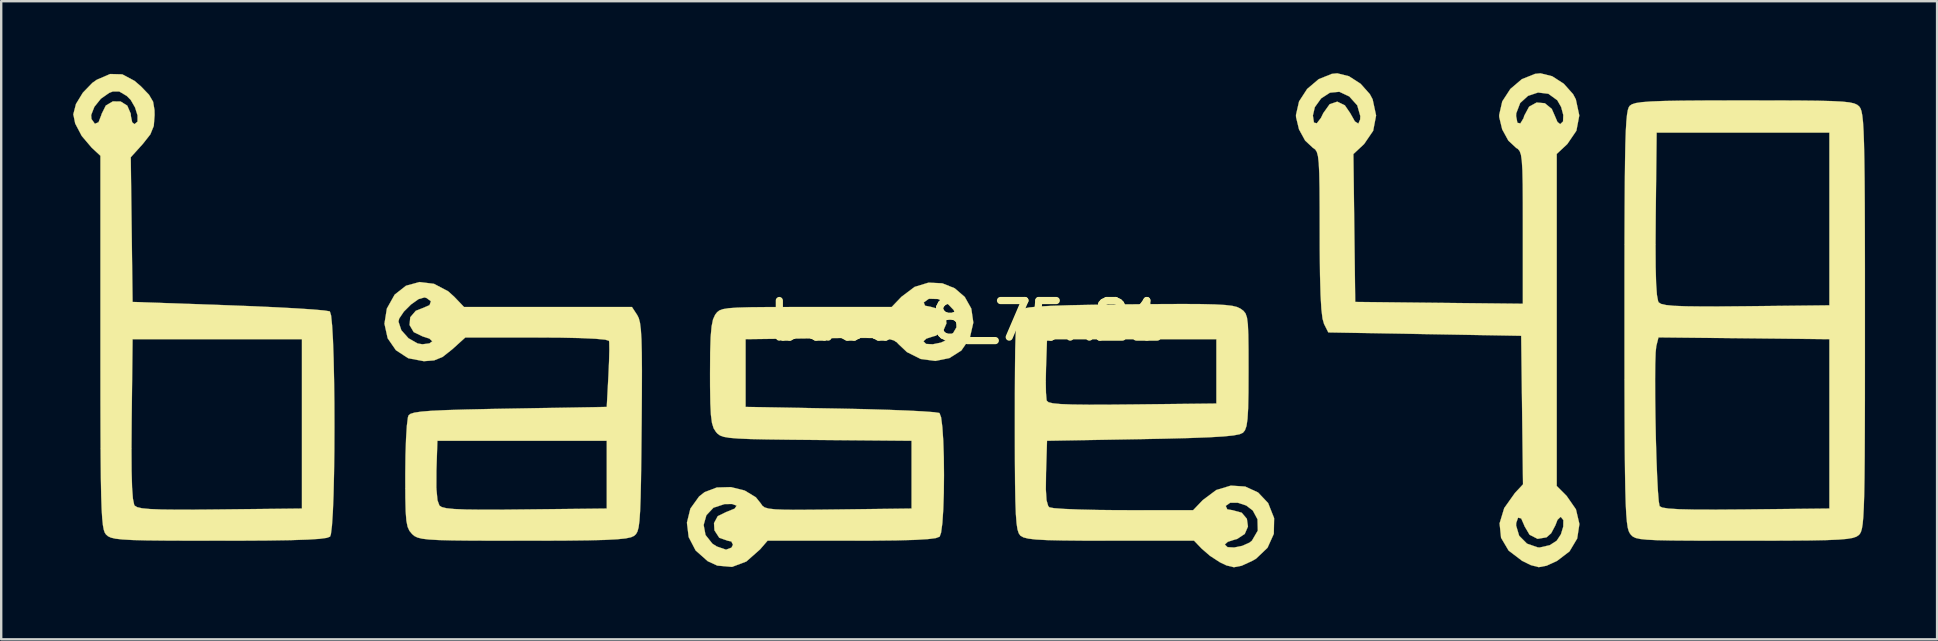
<source format=kicad_pcb>
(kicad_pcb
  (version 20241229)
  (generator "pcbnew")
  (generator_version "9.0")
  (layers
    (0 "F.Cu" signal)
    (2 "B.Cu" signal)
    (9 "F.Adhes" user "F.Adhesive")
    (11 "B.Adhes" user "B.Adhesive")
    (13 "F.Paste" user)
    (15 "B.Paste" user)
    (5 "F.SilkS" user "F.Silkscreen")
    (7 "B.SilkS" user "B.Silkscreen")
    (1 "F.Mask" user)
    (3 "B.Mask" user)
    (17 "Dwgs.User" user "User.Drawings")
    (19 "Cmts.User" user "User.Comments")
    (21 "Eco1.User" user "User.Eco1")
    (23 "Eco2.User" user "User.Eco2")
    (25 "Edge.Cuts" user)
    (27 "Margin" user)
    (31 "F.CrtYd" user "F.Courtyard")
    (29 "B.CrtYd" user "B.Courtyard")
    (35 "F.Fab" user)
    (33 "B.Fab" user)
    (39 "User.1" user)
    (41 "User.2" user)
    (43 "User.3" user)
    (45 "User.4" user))
  (footprint "base48_75x21"
    (layer "F.Cu")
    (at 37.258 10.306)
    (property "Reference" "base48_75x21" (at 0 0 0) (layer "F.SilkS") (effects (font (size 1.524 1.524) (thickness 0.3))))
    (attr through_hole)
    (fp_poly (pts (xy -35.213 -10.259) (xy -34.702 -9.987) (xy -34.437 -9.759) (xy -34.1 -9.409) (xy -33.929 -9.118) (xy -33.871 -8.771) (xy -33.867 -8.559) (xy -33.901 -8.109) (xy -34.043 -7.759) (xy -34.346 -7.373) (xy -34.363 -7.353) (xy -34.86 -6.803) (xy -34.822 -3.79) (xy -34.784 -0.776) (xy -30.762 -0.635) (xy -29.719 -0.595) (xy -28.764 -0.551) (xy -27.935 -0.506) (xy -27.269 -0.462) (xy -26.804 -0.421) (xy -26.577 -0.385) (xy -26.564 -0.38) (xy -26.513 -0.21) (xy -26.471 0.201) (xy -26.435 0.811) (xy -26.408 1.581) (xy -26.389 2.469) (xy -26.377 3.434) (xy -26.374 4.435) (xy -26.378 5.431) (xy -26.391 6.381) (xy -26.411 7.244) (xy -26.44 7.979) (xy -26.477 8.545) (xy -26.521 8.901) (xy -26.557 9.003) (xy -26.692 9.054) (xy -26.998 9.095) (xy -27.494 9.126) (xy -28.201 9.149) (xy -29.138 9.164) (xy -30.325 9.171) (xy -31.192 9.172) (xy -32.438 9.171) (xy -33.432 9.167) (xy -34.205 9.159) (xy -34.786 9.144) (xy -35.207 9.12) (xy -35.497 9.088) (xy -35.688 9.043) (xy -35.809 8.986) (xy -35.891 8.914) (xy -35.891 8.914) (xy -35.942 8.838) (xy -35.985 8.715) (xy -36.02 8.524) (xy -36.049 8.242) (xy -36.073 7.846) (xy -36.091 7.315) (xy -36.104 6.625) (xy -36.113 5.755) (xy -36.116 5.343) (xy -34.83 5.343) (xy -34.825 6.276) (xy -34.805 6.963) (xy -34.77 7.421) (xy -34.719 7.669) (xy -34.697 7.711) (xy -34.596 7.774) (xy -34.393 7.821) (xy -34.056 7.853) (xy -33.554 7.873) (xy -32.854 7.88) (xy -31.925 7.877) (xy -31.131 7.869) (xy -27.728 7.832) (xy -27.728 0.776) (xy -34.784 0.776) (xy -34.822 4.145) (xy -34.83 5.343) (xy -36.116 5.343) (xy -36.119 4.682) (xy -36.123 3.384) (xy -36.124 1.837) (xy -36.124 0.895) (xy -36.124 -6.865) (xy -36.491 -7.207) (xy -36.903 -7.692) (xy -37.175 -8.21) (xy -37.247 -8.564) (xy -36.51 -8.564) (xy -36.497 -8.397) (xy -36.354 -8.199) (xy -36.203 -8.263) (xy -36.083 -8.57) (xy -36.076 -8.604) (xy -35.9 -8.958) (xy -35.608 -9.131) (xy -35.282 -9.128) (xy -35.005 -8.955) (xy -34.86 -8.618) (xy -34.854 -8.52) (xy -34.801 -8.263) (xy -34.704 -8.184) (xy -34.578 -8.29) (xy -34.578 -8.55) (xy -34.681 -8.879) (xy -34.862 -9.193) (xy -35.027 -9.359) (xy -35.341 -9.545) (xy -35.606 -9.545) (xy -35.76 -9.485) (xy -36.106 -9.242) (xy -36.377 -8.904) (xy -36.51 -8.564) (xy -37.247 -8.564) (xy -37.253 -8.597) (xy -37.142 -9.026) (xy -36.856 -9.494) (xy -36.462 -9.902) (xy -36.276 -10.033) (xy -35.721 -10.272) (xy -35.213 -10.259)) (stroke (width 0.01) (type solid)) (fill yes) (layer "F.SilkS"))
    (fp_poly (pts (xy -22.226 -1.531) (xy -21.637 -1.221) (xy -21.382 -0.992) (xy -20.973 -0.564) (xy -13.977 -0.564) (xy -13.756 -0.227) (xy -13.693 -0.099) (xy -13.643 0.092) (xy -13.607 0.376) (xy -13.582 0.784) (xy -13.568 1.347) (xy -13.562 2.097) (xy -13.565 3.062) (xy -13.574 4.276) (xy -13.576 4.441) (xy -13.588 5.663) (xy -13.601 6.634) (xy -13.617 7.384) (xy -13.638 7.943) (xy -13.665 8.344) (xy -13.701 8.616) (xy -13.749 8.791) (xy -13.81 8.898) (xy -13.887 8.969) (xy -13.891 8.972) (xy -14.019 9.03) (xy -14.243 9.077) (xy -14.593 9.112) (xy -15.097 9.139) (xy -15.783 9.156) (xy -16.679 9.167) (xy -17.814 9.172) (xy -18.513 9.172) (xy -19.737 9.171) (xy -20.71 9.168) (xy -21.464 9.16) (xy -22.029 9.145) (xy -22.437 9.122) (xy -22.72 9.088) (xy -22.908 9.042) (xy -23.034 8.982) (xy -23.127 8.905) (xy -23.142 8.89) (xy -23.249 8.761) (xy -23.325 8.594) (xy -23.376 8.341) (xy -23.405 7.956) (xy -23.419 7.392) (xy -23.421 6.991) (xy -22.127 6.991) (xy -22.08 7.486) (xy -22 7.707) (xy -21.902 7.771) (xy -21.707 7.819) (xy -21.384 7.852) (xy -20.9 7.872) (xy -20.223 7.88) (xy -19.321 7.878) (xy -18.431 7.869) (xy -15.028 7.832) (xy -15.028 5.009) (xy -22.084 5.009) (xy -22.125 6.258) (xy -22.127 6.991) (xy -23.421 6.991) (xy -23.422 6.604) (xy -23.422 6.385) (xy -23.413 5.609) (xy -23.39 4.923) (xy -23.356 4.381) (xy -23.313 4.037) (xy -23.286 3.951) (xy -23.208 3.888) (xy -23.041 3.836) (xy -22.757 3.794) (xy -22.326 3.759) (xy -21.719 3.731) (xy -20.906 3.706) (xy -19.858 3.683) (xy -19.091 3.669) (xy -15.028 3.598) (xy -14.958 2.29) (xy -14.932 1.702) (xy -14.92 1.218) (xy -14.925 0.91) (xy -14.934 0.844) (xy -15.088 0.796) (xy -15.499 0.758) (xy -16.14 0.729) (xy -16.986 0.711) (xy -17.951 0.706) (xy -20.921 0.706) (xy -21.467 1.199) (xy -21.863 1.513) (xy -22.219 1.659) (xy -22.647 1.693) (xy -23.299 1.57) (xy -23.814 1.234) (xy -24.156 0.738) (xy -24.29 0.132) (xy -24.276 0.041) (xy -23.707 0.041) (xy -23.586 0.403) (xy -23.287 0.738) (xy -22.908 0.954) (xy -22.709 0.988) (xy -22.416 0.951) (xy -22.296 0.864) (xy -22.417 0.752) (xy -22.701 0.66) (xy -23.072 0.48) (xy -23.244 0.186) (xy -23.215 -0.138) (xy -22.985 -0.407) (xy -22.702 -0.518) (xy -22.412 -0.642) (xy -22.354 -0.805) (xy -22.539 -0.941) (xy -22.625 -0.963) (xy -22.868 -0.894) (xy -23.182 -0.671) (xy -23.48 -0.374) (xy -23.675 -0.084) (xy -23.707 0.041) (xy -24.276 0.041) (xy -24.19 -0.499) (xy -23.865 -1.08) (xy -23.393 -1.451) (xy -22.829 -1.605) (xy -22.226 -1.531)) (stroke (width 0.01) (type solid)) (fill yes) (layer "F.SilkS"))
    (fp_poly (pts (xy 33.633 -9.171) (xy 34.64 -9.167) (xy 35.425 -9.159) (xy 36.018 -9.144) (xy 36.449 -9.122) (xy 36.748 -9.09) (xy 36.945 -9.047) (xy 37.07 -8.992) (xy 37.154 -8.922) (xy 37.161 -8.914) (xy 37.209 -8.841) (xy 37.25 -8.724) (xy 37.285 -8.541) (xy 37.314 -8.27) (xy 37.337 -7.892) (xy 37.355 -7.384) (xy 37.369 -6.726) (xy 37.38 -5.897) (xy 37.387 -4.875) (xy 37.391 -3.639) (xy 37.394 -2.169) (xy 37.394 -0.443) (xy 37.394 0.025) (xy 37.394 1.808) (xy 37.393 3.331) (xy 37.389 4.614) (xy 37.384 5.679) (xy 37.376 6.547) (xy 37.364 7.239) (xy 37.347 7.776) (xy 37.326 8.18) (xy 37.3 8.472) (xy 37.267 8.674) (xy 37.228 8.806) (xy 37.182 8.889) (xy 37.136 8.939) (xy 37.039 9.004) (xy 36.886 9.056) (xy 36.648 9.096) (xy 36.295 9.126) (xy 35.797 9.147) (xy 35.124 9.161) (xy 34.247 9.168) (xy 33.135 9.172) (xy 32.347 9.172) (xy 31.098 9.172) (xy 30.101 9.169) (xy 29.326 9.163) (xy 28.742 9.151) (xy 28.321 9.13) (xy 28.03 9.1) (xy 27.841 9.058) (xy 27.724 9.001) (xy 27.647 8.929) (xy 27.595 8.859) (xy 27.55 8.767) (xy 27.51 8.62) (xy 27.478 8.395) (xy 27.45 8.072) (xy 27.428 7.629) (xy 27.411 7.047) (xy 27.398 6.303) (xy 27.388 5.377) (xy 27.382 4.248) (xy 27.378 2.894) (xy 27.377 2.45) (xy 28.652 2.45) (xy 28.655 3.216) (xy 28.666 4.052) (xy 28.683 4.907) (xy 28.707 5.732) (xy 28.736 6.477) (xy 28.768 7.092) (xy 28.803 7.527) (xy 28.839 7.732) (xy 28.841 7.735) (xy 28.95 7.791) (xy 29.215 7.833) (xy 29.661 7.861) (xy 30.313 7.876) (xy 31.195 7.878) (xy 32.333 7.87) (xy 32.43 7.869) (xy 35.913 7.832) (xy 35.913 0.776) (xy 28.793 0.701) (xy 28.701 1.067) (xy 28.674 1.326) (xy 28.658 1.803) (xy 28.652 2.45) (xy 27.377 2.45) (xy 27.376 1.296) (xy 27.376 -0.092) (xy 27.376 -1.886) (xy 27.378 -3.182) (xy 28.67 -3.182) (xy 28.675 -2.237) (xy 28.694 -1.538) (xy 28.728 -1.067) (xy 28.777 -0.808) (xy 28.803 -0.756) (xy 28.903 -0.693) (xy 29.105 -0.647) (xy 29.439 -0.614) (xy 29.939 -0.595) (xy 30.634 -0.587) (xy 31.556 -0.589) (xy 32.44 -0.597) (xy 35.913 -0.635) (xy 35.913 -7.832) (xy 28.716 -7.832) (xy 28.678 -4.392) (xy 28.67 -3.182) (xy 27.378 -3.182) (xy 27.378 -3.418) (xy 27.383 -4.71) (xy 27.39 -5.782) (xy 27.4 -6.655) (xy 27.413 -7.351) (xy 27.431 -7.889) (xy 27.454 -8.291) (xy 27.482 -8.578) (xy 27.515 -8.771) (xy 27.555 -8.889) (xy 27.597 -8.95) (xy 27.69 -9.012) (xy 27.848 -9.062) (xy 28.102 -9.1) (xy 28.482 -9.129) (xy 29.014 -9.149) (xy 29.73 -9.162) (xy 30.659 -9.169) (xy 31.828 -9.172) (xy 32.373 -9.172) (xy 33.633 -9.171)) (stroke (width 0.01) (type solid)) (fill yes) (layer "F.SilkS"))
    (fp_poly (pts (xy 9.739 -0.686) (xy 10.318 -0.672) (xy 10.74 -0.648) (xy 11.035 -0.613) (xy 11.233 -0.565) (xy 11.366 -0.503) (xy 11.375 -0.497) (xy 11.498 -0.408) (xy 11.587 -0.298) (xy 11.647 -0.125) (xy 11.684 0.156) (xy 11.703 0.587) (xy 11.711 1.213) (xy 11.712 2.076) (xy 11.712 2.103) (xy 11.709 2.994) (xy 11.696 3.646) (xy 11.67 4.098) (xy 11.627 4.393) (xy 11.563 4.572) (xy 11.479 4.675) (xy 11.343 4.736) (xy 11.079 4.787) (xy 10.659 4.829) (xy 10.058 4.864) (xy 9.247 4.894) (xy 8.2 4.921) (xy 7.281 4.939) (xy 3.316 5.009) (xy 3.275 6.338) (xy 3.267 7.031) (xy 3.295 7.481) (xy 3.364 7.725) (xy 3.416 7.782) (xy 3.607 7.817) (xy 4.035 7.848) (xy 4.655 7.873) (xy 5.421 7.891) (xy 6.289 7.9) (xy 6.5 7.9) (xy 9.402 7.902) (xy 9.808 7.478) (xy 10.368 7.06) (xy 10.975 6.877) (xy 11.574 6.916) (xy 12.11 7.163) (xy 12.528 7.603) (xy 12.774 8.222) (xy 12.778 8.247) (xy 12.765 8.887) (xy 12.503 9.467) (xy 12.026 9.921) (xy 11.87 10.011) (xy 11.424 10.216) (xy 11.102 10.278) (xy 10.789 10.201) (xy 10.513 10.068) (xy 10.1 9.798) (xy 9.766 9.509) (xy 9.595 9.331) (xy 10.724 9.331) (xy 10.838 9.441) (xy 11.113 9.455) (xy 11.453 9.386) (xy 11.757 9.249) (xy 11.853 9.172) (xy 12.098 8.751) (xy 12.086 8.28) (xy 11.889 7.913) (xy 11.614 7.705) (xy 11.267 7.591) (xy 10.95 7.59) (xy 10.767 7.717) (xy 10.763 7.726) (xy 10.827 7.865) (xy 11.048 7.902) (xy 11.428 8.005) (xy 11.643 8.26) (xy 11.688 8.582) (xy 11.555 8.89) (xy 11.239 9.099) (xy 11.144 9.124) (xy 10.849 9.218) (xy 10.724 9.33) (xy 10.724 9.331) (xy 9.595 9.331) (xy 9.443 9.172) (xy 5.931 9.172) (xy 4.822 9.17) (xy 3.961 9.162) (xy 3.315 9.147) (xy 2.852 9.122) (xy 2.536 9.085) (xy 2.336 9.035) (xy 2.217 8.969) (xy 2.197 8.95) (xy 2.135 8.858) (xy 2.085 8.698) (xy 2.047 8.442) (xy 2.018 8.061) (xy 1.998 7.524) (xy 1.985 6.804) (xy 1.978 5.87) (xy 1.976 4.692) (xy 1.976 4.241) (xy 1.977 2.984) (xy 1.979 2.533) (xy 3.264 2.533) (xy 3.272 3.005) (xy 3.296 3.299) (xy 3.307 3.342) (xy 3.378 3.403) (xy 3.561 3.448) (xy 3.883 3.479) (xy 4.376 3.498) (xy 5.069 3.506) (xy 5.991 3.503) (xy 6.876 3.495) (xy 10.372 3.457) (xy 10.372 0.776) (xy 3.316 0.776) (xy 3.275 1.964) (xy 3.264 2.533) (xy 1.979 2.533) (xy 1.982 1.98) (xy 1.991 1.199) (xy 2.008 0.611) (xy 2.032 0.187) (xy 2.065 -0.103) (xy 2.11 -0.288) (xy 2.167 -0.398) (xy 2.209 -0.441) (xy 2.335 -0.499) (xy 2.578 -0.547) (xy 2.964 -0.585) (xy 3.521 -0.615) (xy 4.274 -0.639) (xy 5.252 -0.658) (xy 6.48 -0.674) (xy 6.74 -0.676) (xy 7.98 -0.686) (xy 8.97 -0.69) (xy 9.739 -0.686)) (stroke (width 0.01) (type solid)) (fill yes) (layer "F.SilkS"))
    (fp_poly (pts (xy 24.363 -10.18) (xy 24.849 -9.866) (xy 25.234 -9.434) (xy 25.349 -9.217) (xy 25.493 -8.545) (xy 25.372 -7.908) (xy 24.997 -7.358) (xy 24.966 -7.328) (xy 24.553 -6.942) (xy 24.553 6.893) (xy 24.966 7.306) (xy 25.354 7.866) (xy 25.498 8.478) (xy 25.405 9.082) (xy 25.086 9.617) (xy 24.57 10.011) (xy 24.128 10.215) (xy 23.804 10.275) (xy 23.474 10.19) (xy 23.11 10.011) (xy 22.548 9.584) (xy 22.234 9.052) (xy 22.181 8.537) (xy 22.86 8.537) (xy 22.987 8.965) (xy 23.315 9.295) (xy 23.764 9.451) (xy 23.848 9.454) (xy 24.262 9.359) (xy 24.553 9.172) (xy 24.727 8.906) (xy 24.824 8.587) (xy 24.829 8.314) (xy 24.725 8.185) (xy 24.71 8.184) (xy 24.585 8.304) (xy 24.496 8.533) (xy 24.321 8.863) (xy 24.128 9.032) (xy 23.755 9.095) (xy 23.421 8.924) (xy 23.207 8.561) (xy 23.199 8.533) (xy 23.073 8.246) (xy 22.943 8.212) (xy 22.865 8.432) (xy 22.86 8.537) (xy 22.181 8.537) (xy 22.172 8.45) (xy 22.365 7.813) (xy 22.81 7.186) (xy 23.148 6.823) (xy 23.072 0.635) (xy 19.054 0.564) (xy 15.036 0.494) (xy 14.858 0.141) (xy 14.795 -0.08) (xy 14.747 -0.48) (xy 14.713 -1.082) (xy 14.69 -1.909) (xy 14.679 -2.983) (xy 14.678 -3.629) (xy 14.676 -4.699) (xy 14.671 -5.521) (xy 14.659 -6.13) (xy 14.638 -6.561) (xy 14.605 -6.847) (xy 14.557 -7.025) (xy 14.492 -7.127) (xy 14.407 -7.189) (xy 14.395 -7.196) (xy 14.07 -7.499) (xy 13.815 -7.965) (xy 13.692 -8.475) (xy 13.689 -8.544) (xy 14.393 -8.544) (xy 14.437 -8.25) (xy 14.556 -8.219) (xy 14.729 -8.443) (xy 14.826 -8.643) (xy 15.091 -9.013) (xy 15.409 -9.121) (xy 15.725 -8.969) (xy 15.946 -8.646) (xy 16.144 -8.297) (xy 16.288 -8.206) (xy 16.362 -8.377) (xy 16.369 -8.522) (xy 16.241 -8.968) (xy 15.908 -9.338) (xy 15.494 -9.532) (xy 15.105 -9.495) (xy 14.737 -9.257) (xy 14.474 -8.891) (xy 14.393 -8.544) (xy 13.689 -8.544) (xy 13.688 -8.565) (xy 13.817 -9.13) (xy 14.154 -9.65) (xy 14.632 -10.056) (xy 15.181 -10.278) (xy 15.409 -10.301) (xy 15.896 -10.18) (xy 16.382 -9.866) (xy 16.767 -9.434) (xy 16.883 -9.217) (xy 17.027 -8.545) (xy 16.905 -7.907) (xy 16.528 -7.355) (xy 16.496 -7.325) (xy 16.081 -6.937) (xy 16.119 -3.857) (xy 16.157 -0.776) (xy 19.65 -0.738) (xy 23.142 -0.701) (xy 23.142 -3.873) (xy 23.141 -4.9) (xy 23.136 -5.68) (xy 23.123 -6.25) (xy 23.099 -6.646) (xy 23.063 -6.904) (xy 23.009 -7.059) (xy 22.936 -7.148) (xy 22.861 -7.196) (xy 22.536 -7.499) (xy 22.281 -7.965) (xy 22.158 -8.475) (xy 22.157 -8.522) (xy 22.86 -8.522) (xy 22.914 -8.242) (xy 23.037 -8.213) (xy 23.169 -8.431) (xy 23.199 -8.533) (xy 23.402 -8.911) (xy 23.716 -9.085) (xy 24.058 -9.055) (xy 24.346 -8.82) (xy 24.469 -8.541) (xy 24.583 -8.275) (xy 24.697 -8.184) (xy 24.816 -8.296) (xy 24.826 -8.566) (xy 24.737 -8.898) (xy 24.575 -9.18) (xy 24.205 -9.449) (xy 23.774 -9.501) (xy 23.357 -9.362) (xy 23.03 -9.064) (xy 22.866 -8.634) (xy 22.86 -8.522) (xy 22.157 -8.522) (xy 22.155 -8.565) (xy 22.283 -9.13) (xy 22.621 -9.65) (xy 23.098 -10.056) (xy 23.648 -10.278) (xy 23.876 -10.301) (xy 24.363 -10.18)) (stroke (width 0.01) (type solid)) (fill yes) (layer "F.SilkS"))
    (fp_poly (pts (xy -1.047 -1.552) (xy -0.53 -1.345) (xy -0.112 -0.985) (xy 0.161 -0.5) (xy 0.246 0.083) (xy 0.096 0.736) (xy 0.093 0.744) (xy -0.253 1.248) (xy -0.75 1.563) (xy -1.335 1.682) (xy -1.946 1.602) (xy -2.519 1.315) (xy -2.858 0.996) (xy -2.951 0.899) (xy -3.007 0.864) (xy -1.834 0.864) (xy -1.721 0.974) (xy -1.445 0.988) (xy -1.106 0.919) (xy -0.801 0.782) (xy -0.706 0.706) (xy -0.456 0.28) (xy -0.476 -0.208) (xy -0.573 -0.439) (xy -0.844 -0.722) (xy -1.228 -0.898) (xy -1.593 -0.908) (xy -1.622 -0.898) (xy -1.82 -0.754) (xy -1.766 -0.62) (xy -1.499 -0.564) (xy -1.125 -0.461) (xy -0.915 -0.207) (xy -0.873 0.116) (xy -1.006 0.423) (xy -1.319 0.632) (xy -1.415 0.657) (xy -1.71 0.752) (xy -1.834 0.863) (xy -1.834 0.864) (xy -3.007 0.864) (xy -3.068 0.827) (xy -3.248 0.776) (xy -3.528 0.743) (xy -3.948 0.727) (xy -4.543 0.723) (xy -5.353 0.728) (xy -6.175 0.738) (xy -9.243 0.776) (xy -9.243 3.598) (xy -5.292 3.669) (xy -4.258 3.691) (xy -3.312 3.719) (xy -2.493 3.75) (xy -1.838 3.784) (xy -1.385 3.818) (xy -1.172 3.85) (xy -1.164 3.854) (xy -1.097 4.033) (xy -1.045 4.438) (xy -1.007 5.012) (xy -0.984 5.698) (xy -0.977 6.44) (xy -0.984 7.182) (xy -1.007 7.866) (xy -1.044 8.436) (xy -1.098 8.836) (xy -1.157 9.003) (xy -1.308 9.061) (xy -1.644 9.105) (xy -2.186 9.138) (xy -2.955 9.159) (xy -3.972 9.17) (xy -4.827 9.172) (xy -8.327 9.172) (xy -8.644 9.538) (xy -9.212 10.039) (xy -9.808 10.264) (xy -10.421 10.21) (xy -10.823 10.025) (xy -11.325 9.579) (xy -11.614 9.023) (xy -11.676 8.516) (xy -10.991 8.516) (xy -10.912 8.935) (xy -10.625 9.297) (xy -10.44 9.414) (xy -10.058 9.545) (xy -9.833 9.462) (xy -9.769 9.34) (xy -9.837 9.205) (xy -9.99 9.172) (xy -10.34 9.051) (xy -10.541 8.74) (xy -10.559 8.439) (xy -10.404 8.15) (xy -10.054 7.979) (xy -9.697 7.834) (xy -9.617 7.711) (xy -9.805 7.643) (xy -10.12 7.647) (xy -10.582 7.798) (xy -10.877 8.112) (xy -10.991 8.516) (xy -11.676 8.516) (xy -11.687 8.42) (xy -11.543 7.834) (xy -11.179 7.328) (xy -10.948 7.147) (xy -10.441 6.955) (xy -9.855 6.939) (xy -9.282 7.081) (xy -8.816 7.362) (xy -8.606 7.624) (xy -8.544 7.717) (xy -8.448 7.786) (xy -8.28 7.835) (xy -8.004 7.866) (xy -7.583 7.882) (xy -6.981 7.885) (xy -6.16 7.879) (xy -5.391 7.87) (xy -2.328 7.832) (xy -2.328 5.009) (xy -6.279 4.975) (xy -7.439 4.964) (xy -8.349 4.952) (xy -9.043 4.937) (xy -9.552 4.915) (xy -9.911 4.886) (xy -10.151 4.845) (xy -10.305 4.79) (xy -10.407 4.718) (xy -10.477 4.641) (xy -10.575 4.488) (xy -10.643 4.268) (xy -10.687 3.936) (xy -10.712 3.445) (xy -10.723 2.747) (xy -10.724 2.203) (xy -10.719 1.328) (xy -10.699 0.691) (xy -10.66 0.247) (xy -10.6 -0.048) (xy -10.513 -0.239) (xy -10.505 -0.251) (xy -10.43 -0.347) (xy -10.336 -0.421) (xy -10.186 -0.476) (xy -9.947 -0.515) (xy -9.584 -0.54) (xy -9.064 -0.555) (xy -8.35 -0.562) (xy -7.41 -0.564) (xy -6.721 -0.564) (xy -3.157 -0.564) (xy -2.751 -0.989) (xy -2.202 -1.402) (xy -1.62 -1.58) (xy -1.047 -1.552)) (stroke (width 0.01) (type solid)) (fill yes) (layer "F.SilkS")))
  (gr_rect
    (start -3 -3)
    (end 77.658 23.589)
    (stroke (width 0.1) (type default))
    (fill no)
    (layer "Edge.Cuts")))
</source>
